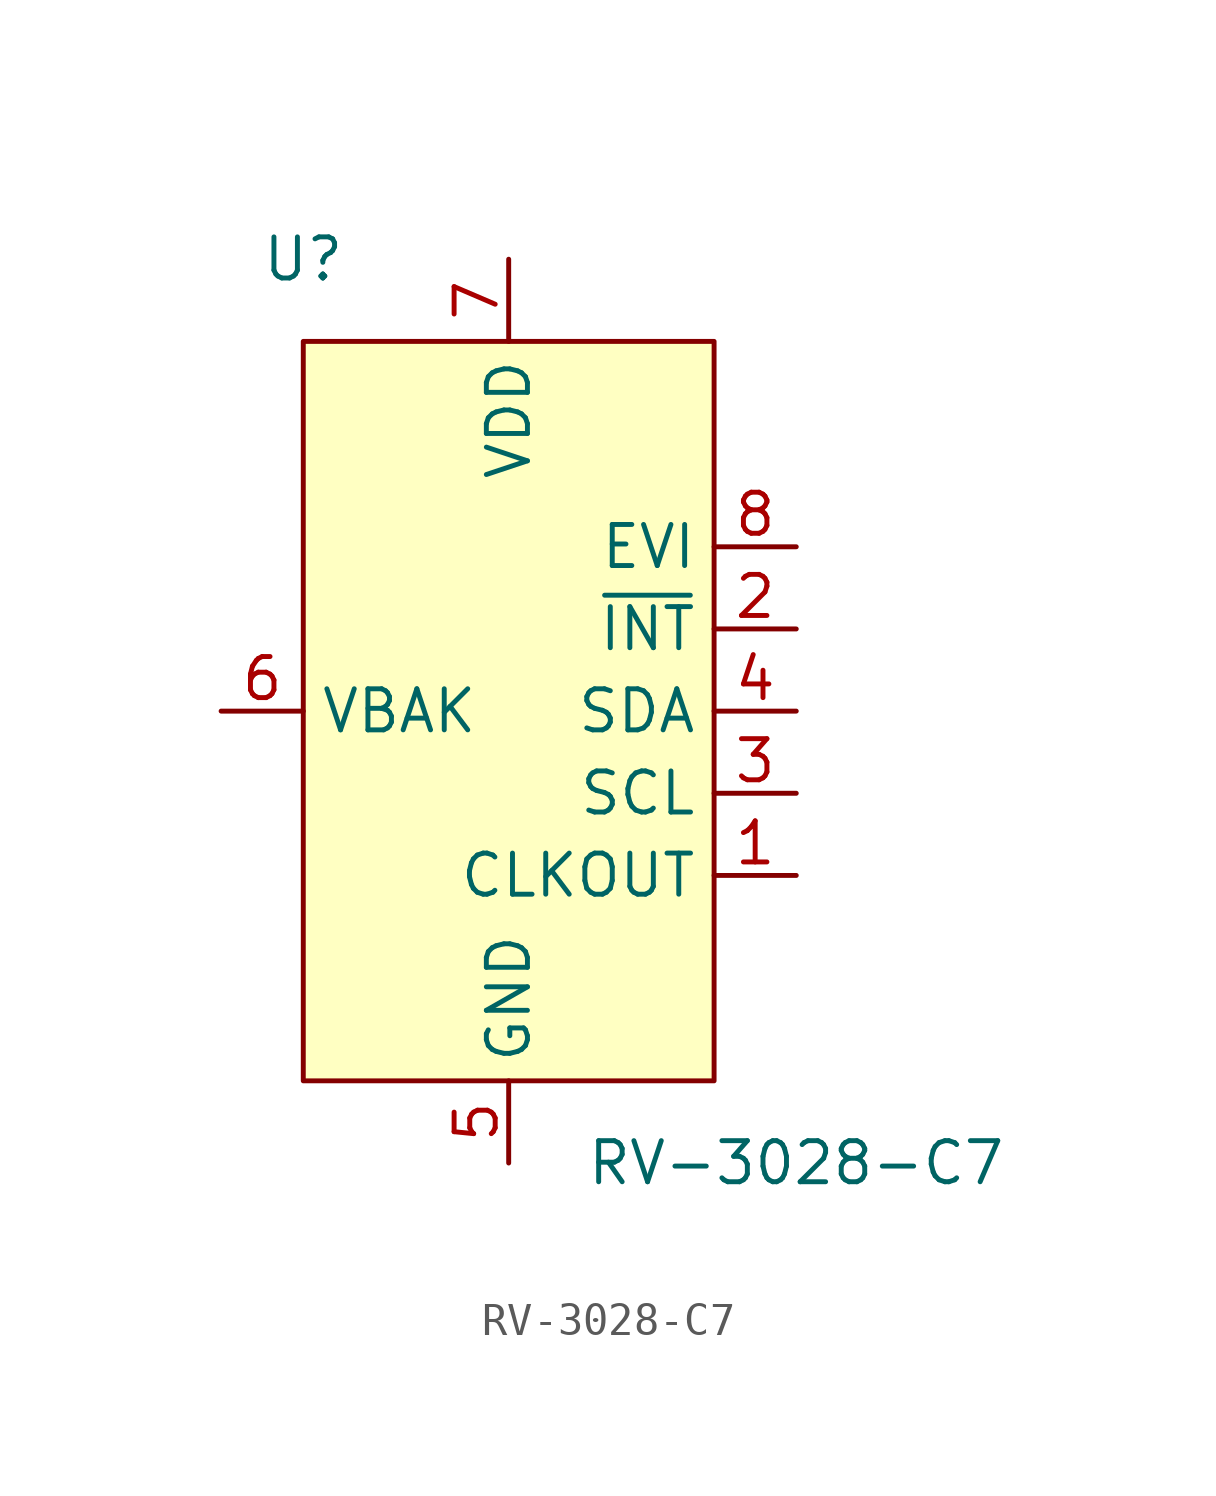
<source format=kicad_sym>
(kicad_symbol_lib
  (version 20211014)
  (generator kicad_symbol_editor)
  (symbol "RV-3028-C7"
    (property "Reference" "U"
      (at -6.35 13.97 0)
      (effects (font (size 1.27 1.27))))
    (property "Value" "RV-3028-C7"
      (at 8.89 -13.97 0)
      (effects (font (size 1.27 1.27))))
    (symbol "RV-3028-C7_0_1"
      (rectangle (start -6.35 11.43) (end 6.35 -11.43) (stroke (width 0.152) (type default) (color 0 0 0 0)) (fill (type background))))
    (symbol "RV-3028-C7_1_1"
      (pin output line (at 8.89 -5.08 180) (length 2.54) (name "CLKOUT" (effects (font (size 1.27 1.27)))) (number "1" (effects (font (size 1.27 1.27)))))
      (pin output line (at 8.89 2.54 180) (length 2.54) (name "~{INT}" (effects (font (size 1.27 1.27)))) (number "2" (effects (font (size 1.27 1.27)))))
      (pin input line (at 8.89 -2.54 180) (length 2.54) (name "SCL" (effects (font (size 1.27 1.27)))) (number "3" (effects (font (size 1.27 1.27)))))
      (pin bidirectional line (at 8.89 0 180) (length 2.54) (name "SDA" (effects (font (size 1.27 1.27)))) (number "4" (effects (font (size 1.27 1.27)))))
      (pin power_out line (at 0 -13.97 90) (length 2.54) (name "GND" (effects (font (size 1.27 1.27)))) (number "5" (effects (font (size 1.27 1.27)))))
      (pin power_in line (at -8.89 0 0) (length 2.54) (name "VBAK" (effects (font (size 1.27 1.27)))) (number "6" (effects (font (size 1.27 1.27)))))
      (pin power_in line (at 0 13.97 270) (length 2.54) (name "VDD" (effects (font (size 1.27 1.27)))) (number "7" (effects (font (size 1.27 1.27)))))
      (pin input line (at 8.89 5.08 180) (length 2.54) (name "EVI" (effects (font (size 1.27 1.27)))) (number "8" (effects (font (size 1.27 1.27))))))))
</source>
